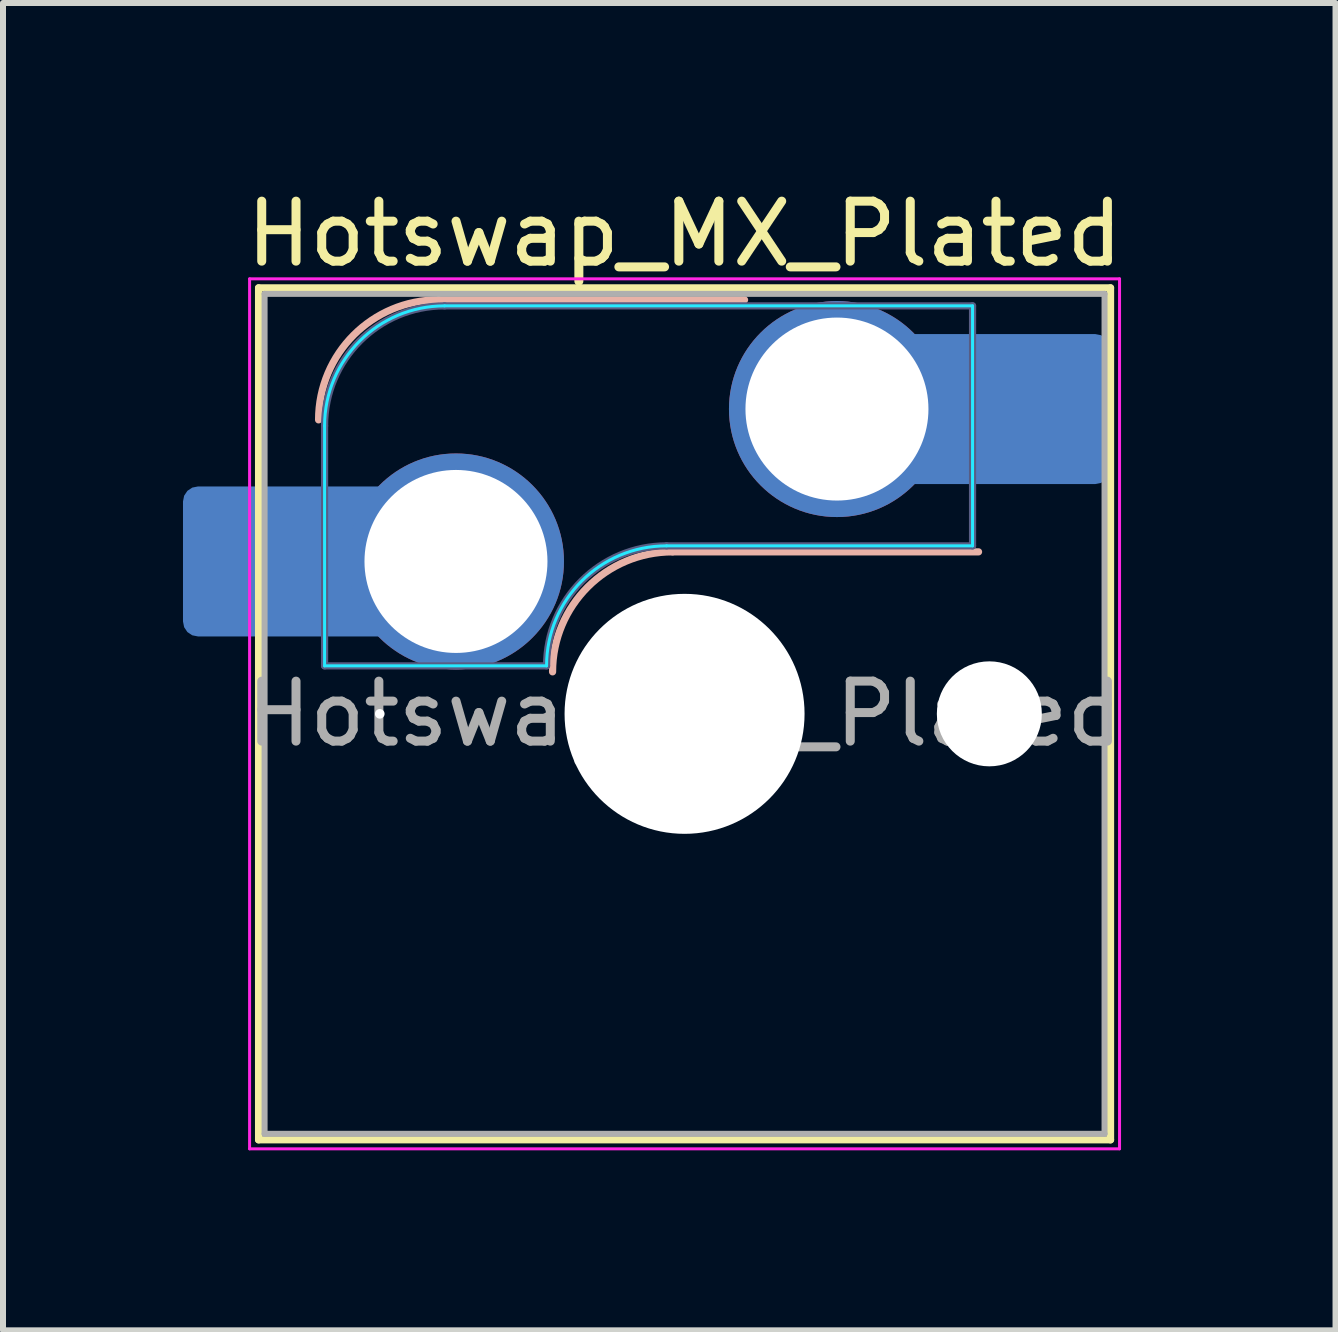
<source format=kicad_pcb>
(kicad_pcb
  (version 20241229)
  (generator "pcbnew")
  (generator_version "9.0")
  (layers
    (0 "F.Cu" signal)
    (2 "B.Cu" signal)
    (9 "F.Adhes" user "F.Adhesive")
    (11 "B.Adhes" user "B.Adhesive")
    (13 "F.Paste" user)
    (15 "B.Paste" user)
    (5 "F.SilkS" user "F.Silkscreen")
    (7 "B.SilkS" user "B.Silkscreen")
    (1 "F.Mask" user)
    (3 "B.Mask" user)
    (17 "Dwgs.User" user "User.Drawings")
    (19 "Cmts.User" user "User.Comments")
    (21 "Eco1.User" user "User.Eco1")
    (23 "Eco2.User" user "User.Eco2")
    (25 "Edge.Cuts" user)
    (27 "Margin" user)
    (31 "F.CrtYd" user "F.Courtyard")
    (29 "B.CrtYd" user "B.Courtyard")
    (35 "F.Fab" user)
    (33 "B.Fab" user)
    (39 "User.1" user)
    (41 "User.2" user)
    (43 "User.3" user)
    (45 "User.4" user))
  (footprint "Hotswap_MX_Plated"
    (layer "F.Cu")
    (at 8.36 8.848)
    (property "Reference" "Hotswap_MX_Plated" (at 0 -8 0) (layer "F.SilkS") (effects (font (size 1 1) (thickness 0.15))))
    (attr smd allow_soldermask_bridges)
    (fp_line (start -7.1 -7.1) (end -7.1 7.1) (stroke (width 0.12) (type solid)) (layer "F.SilkS"))
    (fp_line (start -7.1 7.1) (end 7.1 7.1) (stroke (width 0.12) (type solid)) (layer "F.SilkS"))
    (fp_line (start 7.1 -7.1) (end -7.1 -7.1) (stroke (width 0.12) (type solid)) (layer "F.SilkS"))
    (fp_line (start 7.1 7.1) (end 7.1 -7.1) (stroke (width 0.12) (type solid)) (layer "F.SilkS"))
    (fp_line (start -4.1 -6.9) (end 1 -6.9) (stroke (width 0.12) (type solid)) (layer "B.SilkS"))
    (fp_line (start -0.2 -2.7) (end 4.9 -2.7) (stroke (width 0.12) (type solid)) (layer "B.SilkS"))
    (fp_arc (start -6.1 -4.9) (mid -5.514214 -6.314214) (end -4.1 -6.9) (stroke (width 0.12) (type solid)) (layer "B.SilkS"))
    (fp_arc (start -2.2 -0.7) (mid -1.614214 -2.114214) (end -0.2 -2.7) (stroke (width 0.12) (type solid)) (layer "B.SilkS"))
    (fp_line (start -7.8 -6) (end -7 -6) (stroke (width 0.1) (type solid)) (layer "Eco1.User"))
    (fp_line (start -7.8 -2.9) (end -7.8 -6) (stroke (width 0.1) (type solid)) (layer "Eco1.User"))
    (fp_line (start -7.8 2.9) (end -7 2.9) (stroke (width 0.1) (type solid)) (layer "Eco1.User"))
    (fp_line (start -7.8 6) (end -7.8 2.9) (stroke (width 0.1) (type solid)) (layer "Eco1.User"))
    (fp_line (start -7 -7) (end 7 -7) (stroke (width 0.1) (type solid)) (layer "Eco1.User"))
    (fp_line (start -7 -6) (end -7 -7) (stroke (width 0.1) (type solid)) (layer "Eco1.User"))
    (fp_line (start -7 -2.9) (end -7.8 -2.9) (stroke (width 0.1) (type solid)) (layer "Eco1.User"))
    (fp_line (start -7 2.9) (end -7 -2.9) (stroke (width 0.1) (type solid)) (layer "Eco1.User"))
    (fp_line (start -7 6) (end -7.8 6) (stroke (width 0.1) (type solid)) (layer "Eco1.User"))
    (fp_line (start -7 7) (end -7 6) (stroke (width 0.1) (type solid)) (layer "Eco1.User"))
    (fp_line (start 7 -7) (end 7 -6) (stroke (width 0.1) (type solid)) (layer "Eco1.User"))
    (fp_line (start 7 -6) (end 7.8 -6) (stroke (width 0.1) (type solid)) (layer "Eco1.User"))
    (fp_line (start 7 -2.9) (end 7 2.9) (stroke (width 0.1) (type solid)) (layer "Eco1.User"))
    (fp_line (start 7 2.9) (end 7.8 2.9) (stroke (width 0.1) (type solid)) (layer "Eco1.User"))
    (fp_line (start 7 6) (end 7 7) (stroke (width 0.1) (type solid)) (layer "Eco1.User"))
    (fp_line (start 7 7) (end -7 7) (stroke (width 0.1) (type solid)) (layer "Eco1.User"))
    (fp_line (start 7.8 -6) (end 7.8 -2.9) (stroke (width 0.1) (type solid)) (layer "Eco1.User"))
    (fp_line (start 7.8 -2.9) (end 7 -2.9) (stroke (width 0.1) (type solid)) (layer "Eco1.User"))
    (fp_line (start 7.8 2.9) (end 7.8 6) (stroke (width 0.1) (type solid)) (layer "Eco1.User"))
    (fp_line (start 7.8 6) (end 7 6) (stroke (width 0.1) (type solid)) (layer "Eco1.User"))
    (fp_line (start -6 -0.8) (end -6 -4.8) (stroke (width 0.05) (type solid)) (layer "B.CrtYd"))
    (fp_line (start -6 -0.8) (end -2.3 -0.8) (stroke (width 0.05) (type solid)) (layer "B.CrtYd"))
    (fp_line (start -4 -6.8) (end 4.8 -6.8) (stroke (width 0.05) (type solid)) (layer "B.CrtYd"))
    (fp_line (start -0.3 -2.8) (end 4.8 -2.8) (stroke (width 0.05) (type solid)) (layer "B.CrtYd"))
    (fp_line (start 4.8 -6.8) (end 4.8 -2.8) (stroke (width 0.05) (type solid)) (layer "B.CrtYd"))
    (fp_arc (start -6 -4.8) (mid -5.414214 -6.214214) (end -4 -6.8) (stroke (width 0.05) (type solid)) (layer "B.CrtYd"))
    (fp_arc (start -2.3 -0.8) (mid -1.714214 -2.214214) (end -0.3 -2.8) (stroke (width 0.05) (type solid)) (layer "B.CrtYd"))
    (fp_line (start -7.25 -7.25) (end -7.25 7.25) (stroke (width 0.05) (type solid)) (layer "F.CrtYd"))
    (fp_line (start -7.25 7.25) (end 7.25 7.25) (stroke (width 0.05) (type solid)) (layer "F.CrtYd"))
    (fp_line (start 7.25 -7.25) (end -7.25 -7.25) (stroke (width 0.05) (type solid)) (layer "F.CrtYd"))
    (fp_line (start 7.25 7.25) (end 7.25 -7.25) (stroke (width 0.05) (type solid)) (layer "F.CrtYd"))
    (fp_line (start -6 -0.8) (end -6 -4.8) (stroke (width 0.12) (type solid)) (layer "B.Fab"))
    (fp_line (start -6 -0.8) (end -2.3 -0.8) (stroke (width 0.12) (type solid)) (layer "B.Fab"))
    (fp_line (start -4 -6.8) (end 4.8 -6.8) (stroke (width 0.12) (type solid)) (layer "B.Fab"))
    (fp_line (start -0.3 -2.8) (end 4.8 -2.8) (stroke (width 0.12) (type solid)) (layer "B.Fab"))
    (fp_line (start 4.8 -6.8) (end 4.8 -2.8) (stroke (width 0.12) (type solid)) (layer "B.Fab"))
    (fp_arc (start -6 -4.8) (mid -5.414214 -6.214214) (end -4 -6.8) (stroke (width 0.12) (type solid)) (layer "B.Fab"))
    (fp_arc (start -2.3 -0.8) (mid -1.714214 -2.214214) (end -0.3 -2.8) (stroke (width 0.12) (type solid)) (layer "B.Fab"))
    (fp_line (start -7 -7) (end -7 7) (stroke (width 0.1) (type solid)) (layer "F.Fab"))
    (fp_line (start -7 7) (end 7 7) (stroke (width 0.1) (type solid)) (layer "F.Fab"))
    (fp_line (start 7 -7) (end -7 -7) (stroke (width 0.1) (type solid)) (layer "F.Fab"))
    (fp_line (start 7 7) (end 7 -7) (stroke (width 0.1) (type solid)) (layer "F.Fab"))
    (fp_text user "${REFERENCE}" (at 0 0 0) (layer "F.Fab") (effects (font (size 1 1) (thickness 0.15))))
    (pad "" smd roundrect (at -7.085 -2.54) (size 2.55 2.5) (layers "B.Mask" "B.Paste") (roundrect_rratio 0.1))
    (pad "" np_thru_hole circle (at -5.08 0) (size 0.16 0.16) (drill 1.75) (layers "*.Cu" "*.Mask"))
    (pad "" np_thru_hole circle (at 0 0) (size 4 4) (drill 4) (layers "*.Cu" "*.Mask"))
    (pad "" np_thru_hole circle (at 5.08 0) (size 1.75 1.75) (drill 1.75) (layers "*.Cu" "*.Mask"))
    (pad "" smd roundrect (at 5.842 -5.08) (size 2.55 2.5) (layers "B.Mask" "B.Paste") (roundrect_rratio 0.1))
    (pad "1" smd roundrect (at -6.585 -2.54) (size 3.55 2.5) (layers "B.Cu") (roundrect_rratio 0.1))
    (pad "1" thru_hole circle (at -3.81 -2.54) (size 3.6 3.6) (drill 3.05) (layers "*.Cu" "*.Mask"))
    (pad "2" thru_hole circle (at 2.54 -5.08) (size 3.6 3.6) (drill 3.05) (layers "*.Cu" "*.Mask"))
    (pad "2" smd roundrect (at 5.32 -5.08) (size 3.55 2.5) (layers "B.Cu") (roundrect_rratio 0.1)))
  (gr_rect
    (start -3 -3)
    (end 19.21 19.123)
    (stroke (width 0.1) (type default))
    (fill no)
    (layer "Edge.Cuts")))
</source>
